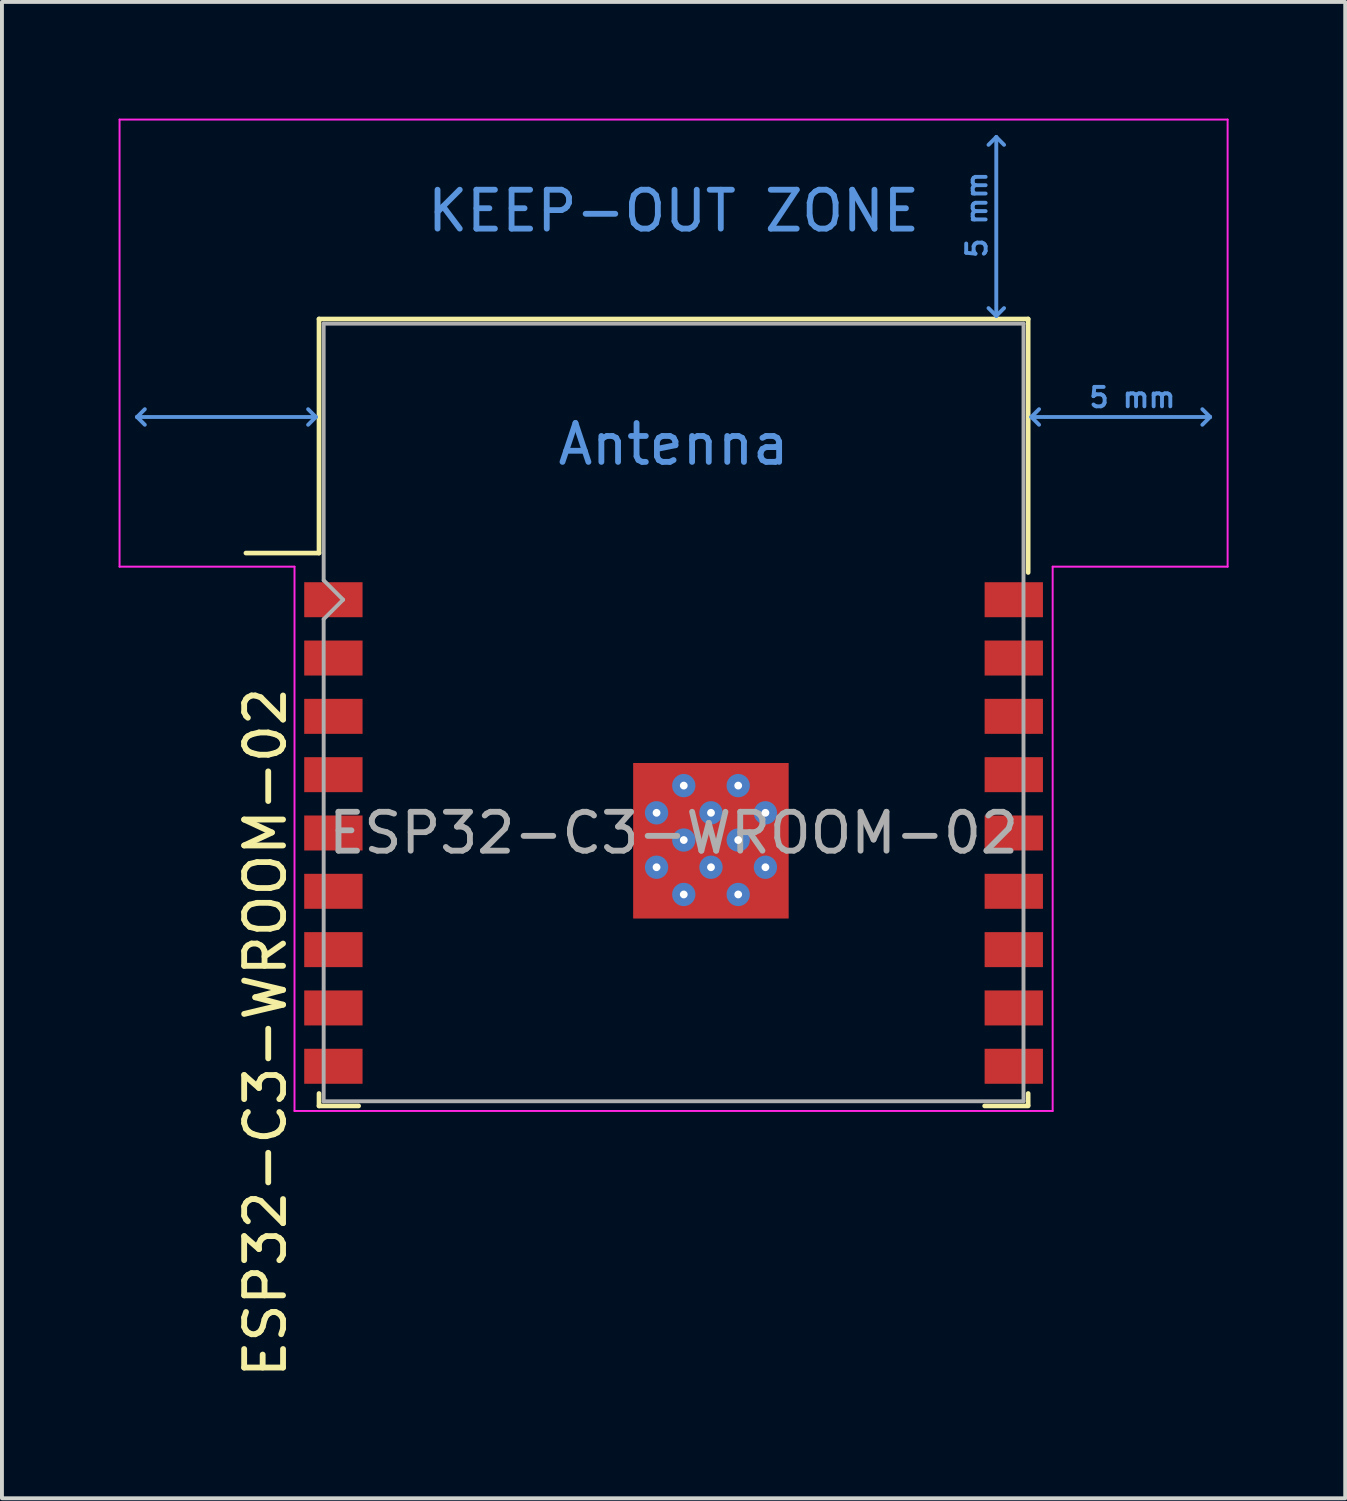
<source format=kicad_pcb>
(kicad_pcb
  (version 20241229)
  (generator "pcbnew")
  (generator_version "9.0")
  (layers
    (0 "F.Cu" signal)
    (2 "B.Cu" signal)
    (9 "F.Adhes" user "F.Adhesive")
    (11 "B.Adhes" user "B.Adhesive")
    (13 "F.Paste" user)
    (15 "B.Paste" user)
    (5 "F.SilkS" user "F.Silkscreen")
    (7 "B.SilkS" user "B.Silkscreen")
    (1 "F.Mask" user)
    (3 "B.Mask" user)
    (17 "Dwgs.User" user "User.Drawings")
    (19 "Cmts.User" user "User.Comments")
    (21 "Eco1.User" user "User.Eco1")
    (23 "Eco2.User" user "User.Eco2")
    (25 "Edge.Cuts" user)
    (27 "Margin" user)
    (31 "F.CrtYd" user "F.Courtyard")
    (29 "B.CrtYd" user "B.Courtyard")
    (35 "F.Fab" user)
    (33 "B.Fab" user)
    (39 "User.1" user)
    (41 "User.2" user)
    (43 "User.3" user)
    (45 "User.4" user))
  (footprint "ESP32-C3-WROOM-02"
    (layer "F.Cu")
    (at 14.275 18.375)
    (property "Reference" "ESP32-C3-WROOM-02" (at -10.5 5.13 90) (layer "F.SilkS") (effects (font (size 1 1) (thickness 0.15))))
    (attr smd)
    (fp_line (start -9.12 -13.22) (end -9.12 -7.2) (stroke (width 0.12) (type solid)) (layer "F.SilkS"))
    (fp_line (start -9.12 -13.22) (end 9.12 -13.22) (stroke (width 0.12) (type solid)) (layer "F.SilkS"))
    (fp_line (start -9.12 -7.2) (end -11 -7.2) (stroke (width 0.12) (type solid)) (layer "F.SilkS"))
    (fp_line (start -9.12 6.7) (end -9.12 7.02) (stroke (width 0.12) (type solid)) (layer "F.SilkS"))
    (fp_line (start -9.12 7.02) (end -8.1 7.02) (stroke (width 0.12) (type solid)) (layer "F.SilkS"))
    (fp_line (start 8 7.02) (end 9.12 7.02) (stroke (width 0.12) (type solid)) (layer "F.SilkS"))
    (fp_line (start 9.12 -13.22) (end 9.12 -6.7) (stroke (width 0.12) (type solid)) (layer "F.SilkS"))
    (fp_line (start 9.12 6.7) (end 9.12 7) (stroke (width 0.12) (type solid)) (layer "F.SilkS"))
    (fp_line (start -13.8 -10.7) (end -13.6 -10.9) (stroke (width 0.1) (type solid)) (layer "Cmts.User"))
    (fp_line (start -13.8 -10.7) (end -13.6 -10.5) (stroke (width 0.1) (type solid)) (layer "Cmts.User"))
    (fp_line (start -13.8 -10.7) (end -9.2 -10.7) (stroke (width 0.1) (type solid)) (layer "Cmts.User"))
    (fp_line (start -9.2 -10.7) (end -9.4 -10.9) (stroke (width 0.1) (type solid)) (layer "Cmts.User"))
    (fp_line (start -9.2 -10.7) (end -9.4 -10.5) (stroke (width 0.1) (type solid)) (layer "Cmts.User"))
    (fp_line (start 8.3 -17.9) (end 8.1 -17.7) (stroke (width 0.1) (type solid)) (layer "Cmts.User"))
    (fp_line (start 8.3 -17.9) (end 8.5 -17.7) (stroke (width 0.1) (type solid)) (layer "Cmts.User"))
    (fp_line (start 8.3 -13.3) (end 8.1 -13.5) (stroke (width 0.1) (type solid)) (layer "Cmts.User"))
    (fp_line (start 8.3 -13.3) (end 8.3 -17.9) (stroke (width 0.1) (type solid)) (layer "Cmts.User"))
    (fp_line (start 8.3 -13.3) (end 8.5 -13.5) (stroke (width 0.1) (type solid)) (layer "Cmts.User"))
    (fp_line (start 9.2 -10.7) (end 9.4 -10.9) (stroke (width 0.1) (type solid)) (layer "Cmts.User"))
    (fp_line (start 9.2 -10.7) (end 9.4 -10.5) (stroke (width 0.1) (type solid)) (layer "Cmts.User"))
    (fp_line (start 9.2 -10.7) (end 13.8 -10.7) (stroke (width 0.1) (type solid)) (layer "Cmts.User"))
    (fp_line (start 13.8 -10.7) (end 13.6 -10.9) (stroke (width 0.1) (type solid)) (layer "Cmts.User"))
    (fp_line (start 13.8 -10.7) (end 13.6 -10.5) (stroke (width 0.1) (type solid)) (layer "Cmts.User"))
    (fp_line (start -14.25 -18.35) (end -14.25 -6.85) (stroke (width 0.05) (type solid)) (layer "F.CrtYd"))
    (fp_line (start -14.25 -18.35) (end 14.25 -18.35) (stroke (width 0.05) (type solid)) (layer "F.CrtYd"))
    (fp_line (start -14.25 -6.85) (end -9.75 -6.85) (stroke (width 0.05) (type solid)) (layer "F.CrtYd"))
    (fp_line (start -9.75 7.15) (end -9.75 -6.85) (stroke (width 0.05) (type solid)) (layer "F.CrtYd"))
    (fp_line (start -9.75 7.15) (end 9.75 7.15) (stroke (width 0.05) (type solid)) (layer "F.CrtYd"))
    (fp_line (start 9.75 -6.85) (end 9.75 7.15) (stroke (width 0.05) (type solid)) (layer "F.CrtYd"))
    (fp_line (start 9.75 -6.85) (end 14.25 -6.85) (stroke (width 0.05) (type solid)) (layer "F.CrtYd"))
    (fp_line (start 14.25 -18.35) (end 14.25 -6.85) (stroke (width 0.05) (type solid)) (layer "F.CrtYd"))
    (fp_line (start -9 -13.1) (end -9 -6.5) (stroke (width 0.1) (type solid)) (layer "F.Fab"))
    (fp_line (start -9 -13.1) (end 9 -13.1) (stroke (width 0.1) (type solid)) (layer "F.Fab"))
    (fp_line (start -9 -6.5) (end -8.5 -6) (stroke (width 0.1) (type solid)) (layer "F.Fab"))
    (fp_line (start -9 -5.5) (end -9 6.9) (stroke (width 0.1) (type solid)) (layer "F.Fab"))
    (fp_line (start -9 6.9) (end 9 6.9) (stroke (width 0.1) (type solid)) (layer "F.Fab"))
    (fp_line (start -8.5 -6) (end -9 -5.5) (stroke (width 0.1) (type solid)) (layer "F.Fab"))
    (fp_line (start 9 6.9) (end 9 -13.1) (stroke (width 0.1) (type solid)) (layer "F.Fab"))
    (fp_text user "5 mm" (at 11.8 -11.2 0) (layer "Cmts.User") (effects (font (size 0.5 0.5) (thickness 0.1))))
    (fp_text user "KEEP-OUT ZONE" (at 0 -16 0) (layer "Cmts.User") (effects (font (size 1 1) (thickness 0.15))))
    (fp_text user "5 mm" (at 7.8 -15.9 90) (layer "Cmts.User") (effects (font (size 0.5 0.5) (thickness 0.1))))
    (fp_text user "Antenna" (at 0 -10 0) (layer "Cmts.User") (effects (font (size 1 1) (thickness 0.15))))
    (fp_text user "${REFERENCE}" (at 0 0 0) (layer "F.Fab") (effects (font (size 1 1) (thickness 0.15))))
    (pad "" smd rect (at -0.438 -1.219) (size 0.9 0.9) (layers "F.Paste"))
    (pad "" smd rect (at -0.438 0.181 270) (size 0.9 0.9) (layers "F.Paste"))
    (pad "" smd rect (at -0.438 1.581) (size 0.9 0.9) (layers "F.Paste"))
    (pad "" smd rect (at 0.962 -1.219 270) (size 0.9 0.9) (layers "F.Paste"))
    (pad "" smd rect (at 0.962 0.181 270) (size 0.9 0.9) (layers "F.Paste"))
    (pad "" smd rect (at 0.962 1.581 270) (size 0.9 0.9) (layers "F.Paste"))
    (pad "" smd rect (at 2.362 -1.219 270) (size 0.9 0.9) (layers "F.Paste"))
    (pad "" smd rect (at 2.362 0.181 270) (size 0.9 0.9) (layers "F.Paste"))
    (pad "" smd rect (at 2.362 1.581 270) (size 0.9 0.9) (layers "F.Paste"))
    (pad "1" smd rect (at -8.75 -6) (size 1.5 0.9) (layers "F.Cu" "F.Mask" "F.Paste"))
    (pad "2" smd rect (at -8.75 -4.5) (size 1.5 0.9) (layers "F.Cu" "F.Mask" "F.Paste"))
    (pad "3" smd rect (at -8.75 -3) (size 1.5 0.9) (layers "F.Cu" "F.Mask" "F.Paste"))
    (pad "4" smd rect (at -8.75 -1.5) (size 1.5 0.9) (layers "F.Cu" "F.Mask" "F.Paste"))
    (pad "5" smd rect (at -8.75 0) (size 1.5 0.9) (layers "F.Cu" "F.Mask" "F.Paste"))
    (pad "6" smd rect (at -8.75 1.5) (size 1.5 0.9) (layers "F.Cu" "F.Mask" "F.Paste"))
    (pad "7" smd rect (at -8.75 3) (size 1.5 0.9) (layers "F.Cu" "F.Mask" "F.Paste"))
    (pad "8" smd rect (at -8.75 4.5) (size 1.5 0.9) (layers "F.Cu" "F.Mask" "F.Paste"))
    (pad "9" smd rect (at -8.75 6) (size 1.5 0.9) (layers "F.Cu" "F.Mask" "F.Paste"))
    (pad "10" smd rect (at 8.75 6) (size 1.5 0.9) (layers "F.Cu" "F.Mask" "F.Paste"))
    (pad "11" smd rect (at 8.75 4.5) (size 1.5 0.9) (layers "F.Cu" "F.Mask" "F.Paste"))
    (pad "12" smd rect (at 8.75 3) (size 1.5 0.9) (layers "F.Cu" "F.Mask" "F.Paste"))
    (pad "13" smd rect (at 8.75 1.5) (size 1.5 0.9) (layers "F.Cu" "F.Mask" "F.Paste"))
    (pad "14" smd rect (at 8.75 0) (size 1.5 0.9) (layers "F.Cu" "F.Mask" "F.Paste"))
    (pad "15" smd rect (at 8.75 -1.5) (size 1.5 0.9) (layers "F.Cu" "F.Mask" "F.Paste"))
    (pad "16" smd rect (at 8.75 -3) (size 1.5 0.9) (layers "F.Cu" "F.Mask" "F.Paste"))
    (pad "17" smd rect (at 8.75 -4.5) (size 1.5 0.9) (layers "F.Cu" "F.Mask" "F.Paste"))
    (pad "18" smd rect (at 8.75 -6) (size 1.5 0.9) (layers "F.Cu" "F.Mask" "F.Paste"))
    (pad "19" thru_hole circle (at -0.438 -0.519 90) (size 0.6 0.6) (drill 0.2) (property pad_prop_heatsink) (layers "*.Cu" "F.Mask"))
    (pad "19" thru_hole circle (at -0.438 0.881) (size 0.6 0.6) (drill 0.2) (property pad_prop_heatsink) (layers "*.Cu" "F.Mask"))
    (pad "19" thru_hole circle (at 0.262 -1.219) (size 0.6 0.6) (drill 0.2) (property pad_prop_heatsink) (layers "*.Cu" "F.Mask"))
    (pad "19" thru_hole circle (at 0.262 0.181) (size 0.6 0.6) (drill 0.2) (property pad_prop_heatsink) (layers "*.Cu" "F.Mask"))
    (pad "19" thru_hole circle (at 0.262 1.581) (size 0.6 0.6) (drill 0.2) (property pad_prop_heatsink) (layers "*.Cu" "F.Mask"))
    (pad "19" smd rect (at 0.96 0.2) (size 4 4) (layers "F.Cu" "F.Mask"))
    (pad "19" thru_hole circle (at 0.962 -0.519) (size 0.6 0.6) (drill 0.2) (property pad_prop_heatsink) (layers "*.Cu" "F.Mask"))
    (pad "19" thru_hole circle (at 0.962 0.881) (size 0.6 0.6) (drill 0.2) (property pad_prop_heatsink) (layers "*.Cu" "F.Mask"))
    (pad "19" thru_hole oval (at 1.662 -1.219 90) (size 0.6 0.6) (drill 0.2) (property pad_prop_heatsink) (layers "*.Cu" "F.Mask"))
    (pad "19" thru_hole circle (at 1.662 0.181) (size 0.6 0.6) (drill 0.2) (property pad_prop_heatsink) (layers "*.Cu" "F.Mask"))
    (pad "19" thru_hole circle (at 1.662 1.581) (size 0.6 0.6) (drill 0.2) (property pad_prop_heatsink) (layers "*.Cu" "F.Mask"))
    (pad "19" thru_hole circle (at 2.362 -0.519) (size 0.6 0.6) (drill 0.2) (property pad_prop_heatsink) (layers "*.Cu" "F.Mask"))
    (pad "19" thru_hole circle (at 2.362 0.881) (size 0.6 0.6) (drill 0.2) (property pad_prop_heatsink) (layers "*.Cu" "F.Mask"))
    (zone (net_name "") (layers "F.Cu" "B.Cu") (hatch full 0.508) (connect_pads) (min_thickness 0.254) (filled_areas_thickness no) (keepout (tracks not_allowed) (vias not_allowed) (pads not_allowed) (copperpour not_allowed) (footprints not_allowed)) (placement (enabled no)) (fill) (polygon (pts (xy 0.275 11.275) (xy 28.275 11.275) (xy 28.275 0.275) (xy 0.275 0.275)))))
  (gr_rect
    (start -3 -3)
    (end 31.55 35.487)
    (stroke (width 0.1) (type default))
    (fill no)
    (layer "Edge.Cuts")))
</source>
